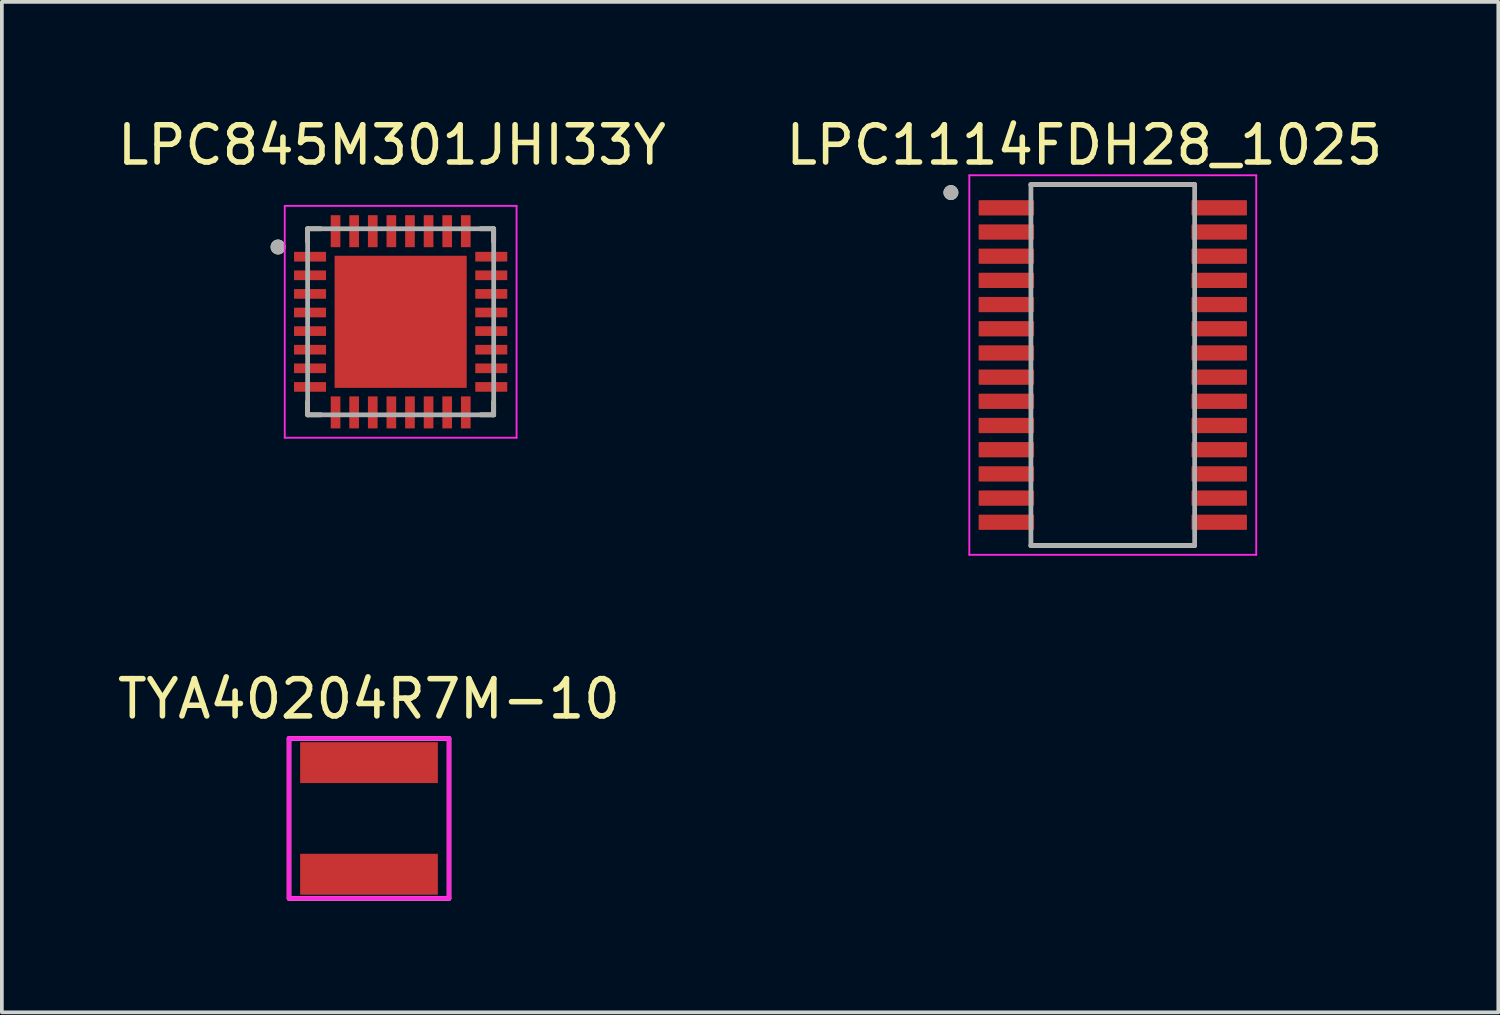
<source format=kicad_pcb>
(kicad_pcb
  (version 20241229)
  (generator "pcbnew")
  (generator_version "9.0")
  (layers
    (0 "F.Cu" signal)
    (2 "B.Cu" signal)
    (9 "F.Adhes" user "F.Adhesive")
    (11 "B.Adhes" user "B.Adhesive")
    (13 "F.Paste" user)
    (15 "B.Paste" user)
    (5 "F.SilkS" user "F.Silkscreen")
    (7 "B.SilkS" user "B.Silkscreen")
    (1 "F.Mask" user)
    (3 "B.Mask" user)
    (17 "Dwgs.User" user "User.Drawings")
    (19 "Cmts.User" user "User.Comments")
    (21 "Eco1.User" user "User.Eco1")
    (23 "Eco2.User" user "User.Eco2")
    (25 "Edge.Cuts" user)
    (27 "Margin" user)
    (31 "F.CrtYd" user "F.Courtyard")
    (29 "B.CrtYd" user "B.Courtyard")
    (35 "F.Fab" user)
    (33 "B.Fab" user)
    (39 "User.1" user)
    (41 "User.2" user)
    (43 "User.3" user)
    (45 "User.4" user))
  (footprint "TYA40204R7M-10"
    (layer "F.Cu")
    (at 6.866 18.944)
    (property "Reference" "TYA40204R7M-10" (at -0.003 -3.211 0) (layer "F.SilkS") (effects (font (size 1 1) (thickness 0.15))))
    (attr through_hole)
    (fp_line (start -2.149 -2.149) (end -2.149 2.151) (stroke (width 0.12) (type solid)) (layer "F.SilkS"))
    (fp_line (start -2.149 -2.149) (end 2.151 -2.149) (stroke (width 0.12) (type solid)) (layer "F.SilkS"))
    (fp_line (start -2.149 2.151) (end 2.151 2.151) (stroke (width 0.12) (type solid)) (layer "F.SilkS"))
    (fp_line (start 2.151 -2.149) (end 2.151 2.151) (stroke (width 0.12) (type solid)) (layer "F.SilkS"))
    (fp_line (start -2.15 -2.15) (end -2.15 2.15) (stroke (width 0.12) (type solid)) (layer "F.CrtYd"))
    (fp_line (start -2.15 -2.15) (end 2.15 -2.15) (stroke (width 0.12) (type solid)) (layer "F.CrtYd"))
    (fp_line (start -2.15 2.15) (end 2.15 2.15) (stroke (width 0.12) (type solid)) (layer "F.CrtYd"))
    (fp_line (start 2.15 -2.15) (end 2.15 2.15) (stroke (width 0.12) (type solid)) (layer "F.CrtYd"))
    (pad "1" smd rect (at 0 -1.5) (size 3.7 1.1) (layers "F.Cu" "F.Mask" "F.Paste"))
    (pad "2" smd rect (at 0 1.5) (size 3.7 1.1) (layers "F.Cu" "F.Mask" "F.Paste")))
  (footprint "LPC1114FDH28_1025"
    (layer "F.Cu")
    (at 26.854 6.76)
    (property "Reference" "LPC1114FDH28_1025" (at -0.765 -5.912 0) (layer "F.SilkS") (effects (font (size 1 1) (thickness 0.15))))
    (attr through_hole)
    (fp_line (start -2.2 -4.85) (end 2.2 -4.85) (stroke (width 0.127) (type solid)) (layer "F.SilkS"))
    (fp_line (start -2.2 4.85) (end 2.2 4.85) (stroke (width 0.127) (type solid)) (layer "F.SilkS"))
    (fp_circle (center -4.35 -4.635) (end -4.25 -4.635) (stroke (width 0.2) (type solid)) (fill no) (layer "F.SilkS"))
    (fp_line (start -3.855 -5.1) (end -3.855 5.1) (stroke (width 0.05) (type solid)) (layer "F.CrtYd"))
    (fp_line (start -3.855 -5.1) (end 3.855 -5.1) (stroke (width 0.05) (type solid)) (layer "F.CrtYd"))
    (fp_line (start -3.855 5.1) (end 3.855 5.1) (stroke (width 0.05) (type solid)) (layer "F.CrtYd"))
    (fp_line (start 3.855 -5.1) (end 3.855 5.1) (stroke (width 0.05) (type solid)) (layer "F.CrtYd"))
    (fp_line (start -2.2 -4.85) (end -2.2 4.85) (stroke (width 0.127) (type solid)) (layer "F.Fab"))
    (fp_line (start -2.2 -4.85) (end 2.2 -4.85) (stroke (width 0.127) (type solid)) (layer "F.Fab"))
    (fp_line (start -2.2 4.85) (end 2.2 4.85) (stroke (width 0.127) (type solid)) (layer "F.Fab"))
    (fp_line (start 2.2 -4.85) (end 2.2 4.85) (stroke (width 0.127) (type solid)) (layer "F.Fab"))
    (fp_circle (center -4.35 -4.635) (end -4.25 -4.635) (stroke (width 0.2) (type solid)) (fill no) (layer "F.Fab"))
    (pad "1" smd roundrect (at -2.86 -4.225) (size 1.49 0.41) (layers "F.Cu" "F.Mask" "F.Paste") (roundrect_rratio 0.05))
    (pad "2" smd roundrect (at -2.86 -3.575) (size 1.49 0.41) (layers "F.Cu" "F.Mask" "F.Paste") (roundrect_rratio 0.05))
    (pad "3" smd roundrect (at -2.86 -2.925) (size 1.49 0.41) (layers "F.Cu" "F.Mask" "F.Paste") (roundrect_rratio 0.05))
    (pad "4" smd roundrect (at -2.86 -2.275) (size 1.49 0.41) (layers "F.Cu" "F.Mask" "F.Paste") (roundrect_rratio 0.05))
    (pad "5" smd roundrect (at -2.86 -1.625) (size 1.49 0.41) (layers "F.Cu" "F.Mask" "F.Paste") (roundrect_rratio 0.05))
    (pad "6" smd roundrect (at -2.86 -0.975) (size 1.49 0.41) (layers "F.Cu" "F.Mask" "F.Paste") (roundrect_rratio 0.05))
    (pad "7" smd roundrect (at -2.86 -0.325) (size 1.49 0.41) (layers "F.Cu" "F.Mask" "F.Paste") (roundrect_rratio 0.05))
    (pad "8" smd roundrect (at -2.86 0.325) (size 1.49 0.41) (layers "F.Cu" "F.Mask" "F.Paste") (roundrect_rratio 0.05))
    (pad "9" smd roundrect (at -2.86 0.975) (size 1.49 0.41) (layers "F.Cu" "F.Mask" "F.Paste") (roundrect_rratio 0.05))
    (pad "10" smd roundrect (at -2.86 1.625) (size 1.49 0.41) (layers "F.Cu" "F.Mask" "F.Paste") (roundrect_rratio 0.05))
    (pad "11" smd roundrect (at -2.86 2.275) (size 1.49 0.41) (layers "F.Cu" "F.Mask" "F.Paste") (roundrect_rratio 0.05))
    (pad "12" smd roundrect (at -2.86 2.925) (size 1.49 0.41) (layers "F.Cu" "F.Mask" "F.Paste") (roundrect_rratio 0.05))
    (pad "13" smd roundrect (at -2.86 3.575) (size 1.49 0.41) (layers "F.Cu" "F.Mask" "F.Paste") (roundrect_rratio 0.05))
    (pad "14" smd roundrect (at -2.86 4.225) (size 1.49 0.41) (layers "F.Cu" "F.Mask" "F.Paste") (roundrect_rratio 0.05))
    (pad "15" smd roundrect (at 2.86 4.225) (size 1.49 0.41) (layers "F.Cu" "F.Mask" "F.Paste") (roundrect_rratio 0.05))
    (pad "16" smd roundrect (at 2.86 3.575) (size 1.49 0.41) (layers "F.Cu" "F.Mask" "F.Paste") (roundrect_rratio 0.05))
    (pad "17" smd roundrect (at 2.86 2.925) (size 1.49 0.41) (layers "F.Cu" "F.Mask" "F.Paste") (roundrect_rratio 0.05))
    (pad "18" smd roundrect (at 2.86 2.275) (size 1.49 0.41) (layers "F.Cu" "F.Mask" "F.Paste") (roundrect_rratio 0.05))
    (pad "19" smd roundrect (at 2.86 1.625) (size 1.49 0.41) (layers "F.Cu" "F.Mask" "F.Paste") (roundrect_rratio 0.05))
    (pad "20" smd roundrect (at 2.86 0.975) (size 1.49 0.41) (layers "F.Cu" "F.Mask" "F.Paste") (roundrect_rratio 0.05))
    (pad "21" smd roundrect (at 2.86 0.325) (size 1.49 0.41) (layers "F.Cu" "F.Mask" "F.Paste") (roundrect_rratio 0.05))
    (pad "22" smd roundrect (at 2.86 -0.325) (size 1.49 0.41) (layers "F.Cu" "F.Mask" "F.Paste") (roundrect_rratio 0.05))
    (pad "23" smd roundrect (at 2.86 -0.975) (size 1.49 0.41) (layers "F.Cu" "F.Mask" "F.Paste") (roundrect_rratio 0.05))
    (pad "24" smd roundrect (at 2.86 -1.625) (size 1.49 0.41) (layers "F.Cu" "F.Mask" "F.Paste") (roundrect_rratio 0.05))
    (pad "25" smd roundrect (at 2.86 -2.275) (size 1.49 0.41) (layers "F.Cu" "F.Mask" "F.Paste") (roundrect_rratio 0.05))
    (pad "26" smd roundrect (at 2.86 -2.925) (size 1.49 0.41) (layers "F.Cu" "F.Mask" "F.Paste") (roundrect_rratio 0.05))
    (pad "27" smd roundrect (at 2.86 -3.575) (size 1.49 0.41) (layers "F.Cu" "F.Mask" "F.Paste") (roundrect_rratio 0.05))
    (pad "28" smd roundrect (at 2.86 -4.225) (size 1.49 0.41) (layers "F.Cu" "F.Mask" "F.Paste") (roundrect_rratio 0.05)))
  (footprint "LPC845M301JHI33Y"
    (layer "F.Cu")
    (at 7.717 5.598)
    (property "Reference" "LPC845M301JHI33Y" (at -0.235 -4.75 0) (layer "F.SilkS") (effects (font (size 1 1) (thickness 0.15))))
    (attr through_hole)
    (fp_line (start -2.5 -2.5) (end -2.5 -2.15) (stroke (width 0.127) (type solid)) (layer "F.SilkS"))
    (fp_line (start -2.5 -2.5) (end -2.15 -2.5) (stroke (width 0.127) (type solid)) (layer "F.SilkS"))
    (fp_line (start -2.5 2.5) (end -2.5 2.15) (stroke (width 0.127) (type solid)) (layer "F.SilkS"))
    (fp_line (start -2.5 2.5) (end -2.15 2.5) (stroke (width 0.127) (type solid)) (layer "F.SilkS"))
    (fp_line (start 2.5 -2.5) (end 2.15 -2.5) (stroke (width 0.127) (type solid)) (layer "F.SilkS"))
    (fp_line (start 2.5 -2.5) (end 2.5 -2.15) (stroke (width 0.127) (type solid)) (layer "F.SilkS"))
    (fp_line (start 2.5 2.5) (end 2.15 2.5) (stroke (width 0.127) (type solid)) (layer "F.SilkS"))
    (fp_line (start 2.5 2.5) (end 2.5 2.15) (stroke (width 0.127) (type solid)) (layer "F.SilkS"))
    (fp_circle (center -3.295 -2.01) (end -3.095 -2.01) (stroke (width 0) (type solid)) (fill yes) (layer "F.SilkS"))
    (fp_poly (pts (xy -1.55 -1.55) (xy -0.23 -1.55) (xy -0.23 -0.23) (xy -1.55 -0.23)) (stroke (width 0.01) (type solid)) (fill yes) (layer "F.Paste"))
    (fp_poly (pts (xy -1.55 0.23) (xy -0.23 0.23) (xy -0.23 1.55) (xy -1.55 1.55)) (stroke (width 0.01) (type solid)) (fill yes) (layer "F.Paste"))
    (fp_poly (pts (xy 0.23 -1.55) (xy 1.55 -1.55) (xy 1.55 -0.23) (xy 0.23 -0.23)) (stroke (width 0.01) (type solid)) (fill yes) (layer "F.Paste"))
    (fp_poly (pts (xy 0.23 0.23) (xy 1.55 0.23) (xy 1.55 1.55) (xy 0.23 1.55)) (stroke (width 0.01) (type solid)) (fill yes) (layer "F.Paste"))
    (fp_line (start -3.115 -3.115) (end 3.115 -3.115) (stroke (width 0.05) (type solid)) (layer "F.CrtYd"))
    (fp_line (start -3.115 3.115) (end -3.115 -3.115) (stroke (width 0.05) (type solid)) (layer "F.CrtYd"))
    (fp_line (start -3.115 3.115) (end 3.115 3.115) (stroke (width 0.05) (type solid)) (layer "F.CrtYd"))
    (fp_line (start 3.115 3.115) (end 3.115 -3.115) (stroke (width 0.05) (type solid)) (layer "F.CrtYd"))
    (fp_line (start -2.5 2.5) (end -2.5 -2.5) (stroke (width 0.127) (type solid)) (layer "F.Fab"))
    (fp_line (start 2.5 -2.5) (end -2.5 -2.5) (stroke (width 0.127) (type solid)) (layer "F.Fab"))
    (fp_line (start 2.5 2.5) (end -2.5 2.5) (stroke (width 0.127) (type solid)) (layer "F.Fab"))
    (fp_line (start 2.5 2.5) (end 2.5 -2.5) (stroke (width 0.127) (type solid)) (layer "F.Fab"))
    (fp_circle (center -3.295 -2.01) (end -3.095 -2.01) (stroke (width 0) (type solid)) (fill yes) (layer "F.Fab"))
    (pad "1" smd roundrect (at -2.435 -1.75) (size 0.86 0.26) (layers "F.Cu" "F.Mask" "F.Paste") (roundrect_rratio 0.03))
    (pad "2" smd roundrect (at -2.435 -1.25) (size 0.86 0.26) (layers "F.Cu" "F.Mask" "F.Paste") (roundrect_rratio 0.03))
    (pad "3" smd roundrect (at -2.435 -0.75) (size 0.86 0.26) (layers "F.Cu" "F.Mask" "F.Paste") (roundrect_rratio 0.03))
    (pad "4" smd roundrect (at -2.435 -0.25) (size 0.86 0.26) (layers "F.Cu" "F.Mask" "F.Paste") (roundrect_rratio 0.03))
    (pad "5" smd roundrect (at -2.435 0.25) (size 0.86 0.26) (layers "F.Cu" "F.Mask" "F.Paste") (roundrect_rratio 0.03))
    (pad "6" smd roundrect (at -2.435 0.75) (size 0.86 0.26) (layers "F.Cu" "F.Mask" "F.Paste") (roundrect_rratio 0.03))
    (pad "7" smd roundrect (at -2.435 1.25) (size 0.86 0.26) (layers "F.Cu" "F.Mask" "F.Paste") (roundrect_rratio 0.03))
    (pad "8" smd roundrect (at -2.435 1.75) (size 0.86 0.26) (layers "F.Cu" "F.Mask" "F.Paste") (roundrect_rratio 0.03))
    (pad "9" smd roundrect (at -1.75 2.435) (size 0.26 0.86) (layers "F.Cu" "F.Mask" "F.Paste") (roundrect_rratio 0.03))
    (pad "10" smd roundrect (at -1.25 2.435) (size 0.26 0.86) (layers "F.Cu" "F.Mask" "F.Paste") (roundrect_rratio 0.03))
    (pad "11" smd roundrect (at -0.75 2.435) (size 0.26 0.86) (layers "F.Cu" "F.Mask" "F.Paste") (roundrect_rratio 0.03))
    (pad "12" smd roundrect (at -0.25 2.435) (size 0.26 0.86) (layers "F.Cu" "F.Mask" "F.Paste") (roundrect_rratio 0.03))
    (pad "13" smd roundrect (at 0.25 2.435) (size 0.26 0.86) (layers "F.Cu" "F.Mask" "F.Paste") (roundrect_rratio 0.03))
    (pad "14" smd roundrect (at 0.75 2.435) (size 0.26 0.86) (layers "F.Cu" "F.Mask" "F.Paste") (roundrect_rratio 0.03))
    (pad "15" smd roundrect (at 1.25 2.435) (size 0.26 0.86) (layers "F.Cu" "F.Mask" "F.Paste") (roundrect_rratio 0.03))
    (pad "16" smd roundrect (at 1.75 2.435) (size 0.26 0.86) (layers "F.Cu" "F.Mask" "F.Paste") (roundrect_rratio 0.03))
    (pad "17" smd roundrect (at 2.435 1.75) (size 0.86 0.26) (layers "F.Cu" "F.Mask" "F.Paste") (roundrect_rratio 0.03))
    (pad "18" smd roundrect (at 2.435 1.25) (size 0.86 0.26) (layers "F.Cu" "F.Mask" "F.Paste") (roundrect_rratio 0.03))
    (pad "19" smd roundrect (at 2.435 0.75) (size 0.86 0.26) (layers "F.Cu" "F.Mask" "F.Paste") (roundrect_rratio 0.03))
    (pad "20" smd roundrect (at 2.435 0.25) (size 0.86 0.26) (layers "F.Cu" "F.Mask" "F.Paste") (roundrect_rratio 0.03))
    (pad "21" smd roundrect (at 2.435 -0.25) (size 0.86 0.26) (layers "F.Cu" "F.Mask" "F.Paste") (roundrect_rratio 0.03))
    (pad "22" smd roundrect (at 2.435 -0.75) (size 0.86 0.26) (layers "F.Cu" "F.Mask" "F.Paste") (roundrect_rratio 0.03))
    (pad "23" smd roundrect (at 2.435 -1.25) (size 0.86 0.26) (layers "F.Cu" "F.Mask" "F.Paste") (roundrect_rratio 0.03))
    (pad "24" smd roundrect (at 2.435 -1.75) (size 0.86 0.26) (layers "F.Cu" "F.Mask" "F.Paste") (roundrect_rratio 0.03))
    (pad "25" smd roundrect (at 1.75 -2.435) (size 0.26 0.86) (layers "F.Cu" "F.Mask" "F.Paste") (roundrect_rratio 0.03))
    (pad "26" smd roundrect (at 1.25 -2.435) (size 0.26 0.86) (layers "F.Cu" "F.Mask" "F.Paste") (roundrect_rratio 0.03))
    (pad "27" smd roundrect (at 0.75 -2.435) (size 0.26 0.86) (layers "F.Cu" "F.Mask" "F.Paste") (roundrect_rratio 0.03))
    (pad "28" smd roundrect (at 0.25 -2.435) (size 0.26 0.86) (layers "F.Cu" "F.Mask" "F.Paste") (roundrect_rratio 0.03))
    (pad "29" smd roundrect (at -0.25 -2.435) (size 0.26 0.86) (layers "F.Cu" "F.Mask" "F.Paste") (roundrect_rratio 0.03))
    (pad "30" smd roundrect (at -0.75 -2.435) (size 0.26 0.86) (layers "F.Cu" "F.Mask" "F.Paste") (roundrect_rratio 0.03))
    (pad "31" smd roundrect (at -1.25 -2.435) (size 0.26 0.86) (layers "F.Cu" "F.Mask" "F.Paste") (roundrect_rratio 0.03))
    (pad "32" smd roundrect (at -1.75 -2.435) (size 0.26 0.86) (layers "F.Cu" "F.Mask" "F.Paste") (roundrect_rratio 0.03))
    (pad "33" smd rect (at 0 0) (size 3.55 3.55) (layers "F.Cu" "F.Mask")))
  (gr_rect
    (start -3 -3)
    (end 37.214 24.155)
    (stroke (width 0.1) (type default))
    (fill no)
    (layer "Edge.Cuts")))
</source>
